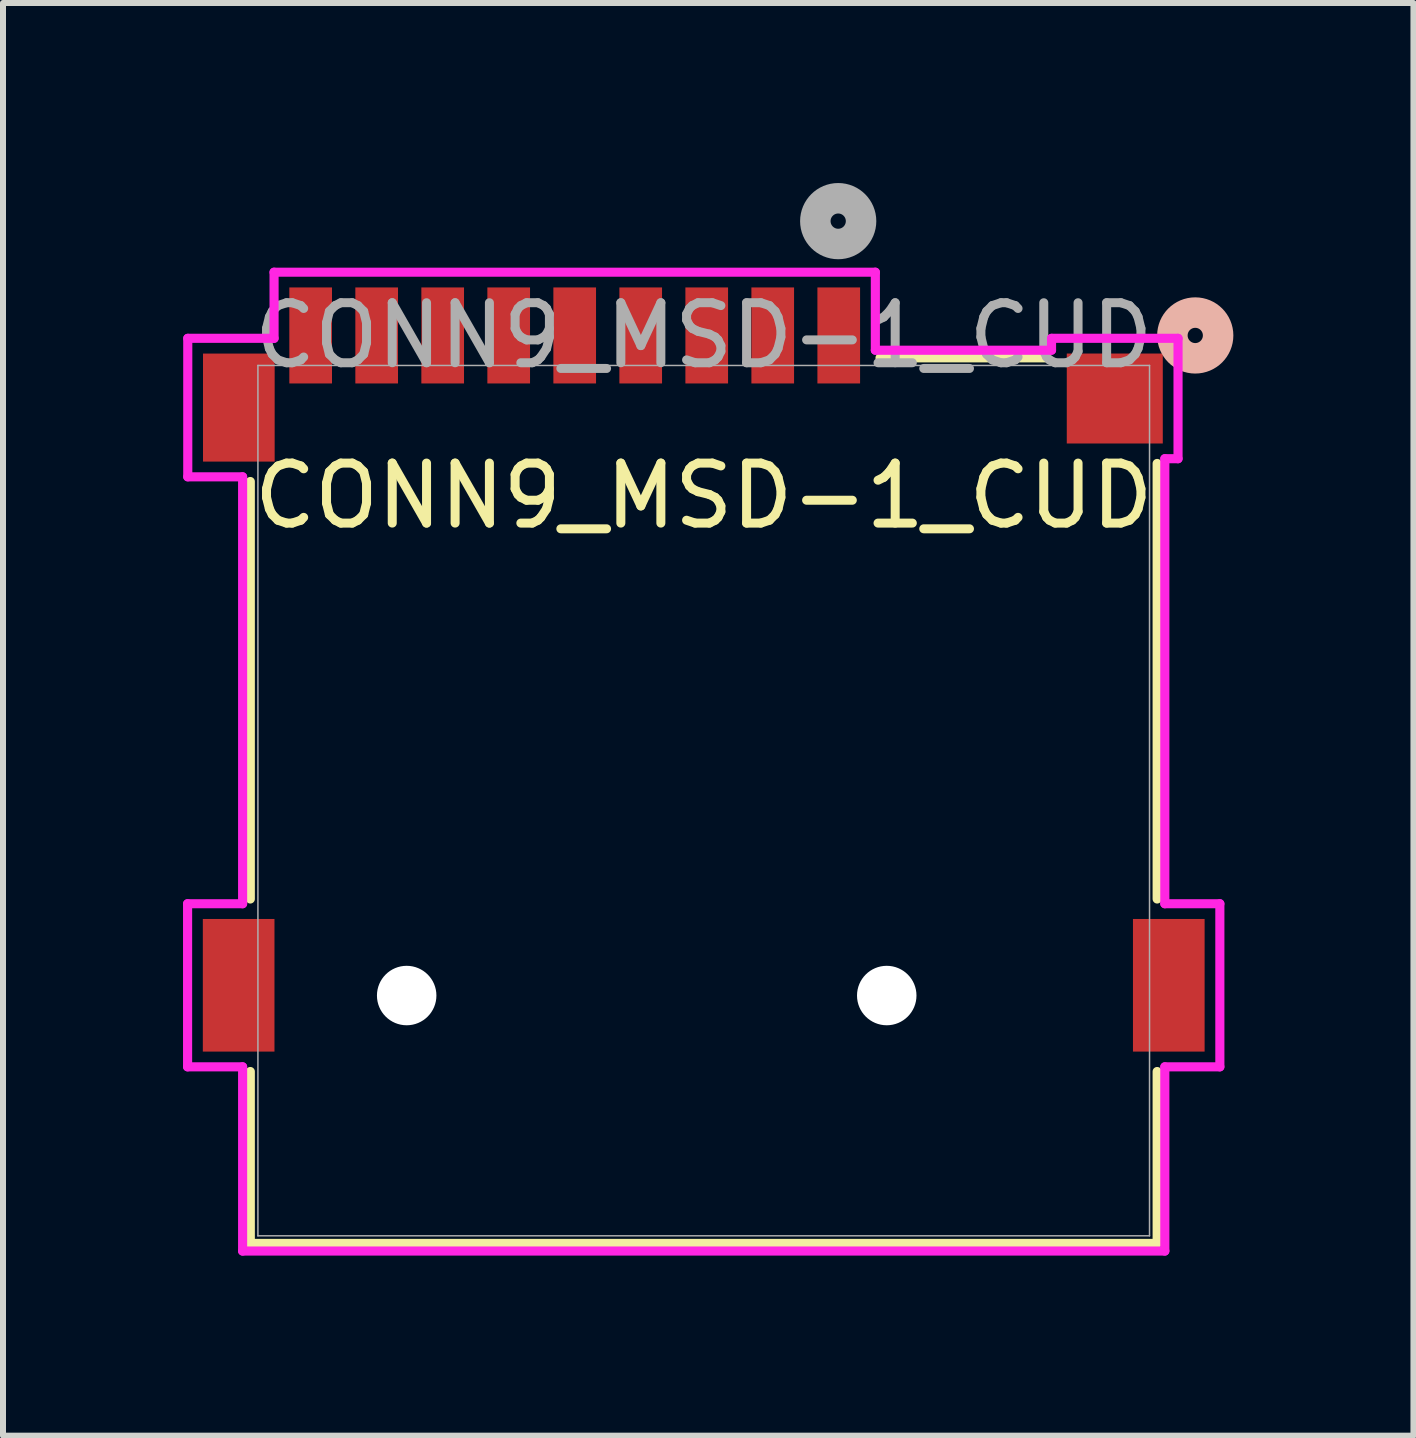
<source format=kicad_pcb>
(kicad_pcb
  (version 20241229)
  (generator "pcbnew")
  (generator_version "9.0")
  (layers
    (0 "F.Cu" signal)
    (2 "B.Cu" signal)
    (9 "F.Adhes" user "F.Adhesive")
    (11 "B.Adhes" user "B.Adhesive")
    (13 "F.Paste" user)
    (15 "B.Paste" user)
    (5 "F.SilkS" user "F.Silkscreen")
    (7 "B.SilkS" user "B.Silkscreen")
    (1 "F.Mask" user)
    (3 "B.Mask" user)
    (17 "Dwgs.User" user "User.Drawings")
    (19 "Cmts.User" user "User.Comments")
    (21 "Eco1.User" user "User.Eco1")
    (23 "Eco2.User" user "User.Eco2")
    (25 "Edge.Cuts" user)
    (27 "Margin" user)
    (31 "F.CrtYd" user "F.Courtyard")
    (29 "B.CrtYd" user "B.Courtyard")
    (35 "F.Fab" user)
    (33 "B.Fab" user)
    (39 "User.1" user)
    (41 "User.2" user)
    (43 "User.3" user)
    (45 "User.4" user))
  (footprint "CONN9_MSD-1_CUD"
    (layer "F.Cu")
    (at 8.677 10.292)
    (property "Reference" "CONN9_MSD-1_CUD" (at 0 -5.08 0) (unlocked yes) (layer "F.SilkS") (effects (font (size 1 1) (thickness 0.15))))
    (attr smd)
    (fp_line (start -7.556 1.639) (end -7.556 -5.318) (stroke (width 0.152) (type solid)) (layer "F.SilkS"))
    (fp_line (start -7.556 7.379) (end -7.556 4.514) (stroke (width 0.152) (type solid)) (layer "F.SilkS"))
    (fp_line (start 2.938 -7.379) (end 5.717 -7.379) (stroke (width 0.152) (type solid)) (layer "F.SilkS"))
    (fp_line (start 7.556 -5.619) (end 7.556 1.639) (stroke (width 0.152) (type solid)) (layer "F.SilkS"))
    (fp_line (start 7.556 4.514) (end 7.556 7.379) (stroke (width 0.152) (type solid)) (layer "F.SilkS"))
    (fp_line (start 7.556 7.379) (end -7.556 7.379) (stroke (width 0.152) (type solid)) (layer "F.SilkS"))
    (fp_circle (center 8.191 -7.752) (end 8.572 -7.752) (stroke (width 0.508) (type solid)) (fill no) (layer "B.SilkS"))
    (fp_line (start -8.601 1.718) (end -8.601 4.436) (stroke (width 0.152) (type solid)) (layer "F.CrtYd"))
    (fp_line (start -8.601 4.436) (end -7.684 4.436) (stroke (width 0.152) (type solid)) (layer "F.CrtYd"))
    (fp_line (start -8.598 -7.704) (end -8.598 -5.396) (stroke (width 0.152) (type solid)) (layer "F.CrtYd"))
    (fp_line (start -8.598 -5.396) (end -7.684 -5.396) (stroke (width 0.152) (type solid)) (layer "F.CrtYd"))
    (fp_line (start -7.684 -5.396) (end -7.684 1.718) (stroke (width 0.152) (type solid)) (layer "F.CrtYd"))
    (fp_line (start -7.684 1.718) (end -8.601 1.718) (stroke (width 0.152) (type solid)) (layer "F.CrtYd"))
    (fp_line (start -7.684 4.436) (end -7.684 7.506) (stroke (width 0.152) (type solid)) (layer "F.CrtYd"))
    (fp_line (start -7.684 7.506) (end 7.684 7.506) (stroke (width 0.152) (type solid)) (layer "F.CrtYd"))
    (fp_line (start -7.16 -8.806) (end -7.16 -7.704) (stroke (width 0.152) (type solid)) (layer "F.CrtYd"))
    (fp_line (start -7.16 -7.704) (end -8.598 -7.704) (stroke (width 0.152) (type solid)) (layer "F.CrtYd"))
    (fp_line (start 2.86 -8.806) (end -7.16 -8.806) (stroke (width 0.152) (type solid)) (layer "F.CrtYd"))
    (fp_line (start 2.86 -7.506) (end 2.86 -8.806) (stroke (width 0.152) (type solid)) (layer "F.CrtYd"))
    (fp_line (start 5.796 -7.704) (end 5.796 -7.506) (stroke (width 0.152) (type solid)) (layer "F.CrtYd"))
    (fp_line (start 5.796 -7.506) (end 2.86 -7.506) (stroke (width 0.152) (type solid)) (layer "F.CrtYd"))
    (fp_line (start 7.684 -5.698) (end 7.904 -5.698) (stroke (width 0.152) (type solid)) (layer "F.CrtYd"))
    (fp_line (start 7.684 1.718) (end 7.684 -5.698) (stroke (width 0.152) (type solid)) (layer "F.CrtYd"))
    (fp_line (start 7.684 4.436) (end 8.601 4.436) (stroke (width 0.152) (type solid)) (layer "F.CrtYd"))
    (fp_line (start 7.684 7.506) (end 7.684 4.436) (stroke (width 0.152) (type solid)) (layer "F.CrtYd"))
    (fp_line (start 7.904 -7.704) (end 5.796 -7.704) (stroke (width 0.152) (type solid)) (layer "F.CrtYd"))
    (fp_line (start 7.904 -5.698) (end 7.904 -7.704) (stroke (width 0.152) (type solid)) (layer "F.CrtYd"))
    (fp_line (start 8.601 1.718) (end 7.684 1.718) (stroke (width 0.152) (type solid)) (layer "F.CrtYd"))
    (fp_line (start 8.601 4.436) (end 8.601 1.718) (stroke (width 0.152) (type solid)) (layer "F.CrtYd"))
    (fp_line (start -7.429 -7.252) (end -7.429 7.252) (stroke (width 0.025) (type solid)) (layer "F.Fab"))
    (fp_line (start -7.429 7.252) (end 7.429 7.252) (stroke (width 0.025) (type solid)) (layer "F.Fab"))
    (fp_line (start 7.429 -7.252) (end -7.429 -7.252) (stroke (width 0.025) (type solid)) (layer "F.Fab"))
    (fp_line (start 7.429 7.252) (end 7.429 -7.252) (stroke (width 0.025) (type solid)) (layer "F.Fab"))
    (fp_circle (center 2.241 -9.657) (end 2.622 -9.657) (stroke (width 0.508) (type solid)) (fill no) (layer "F.Fab"))
    (fp_text user "${REFERENCE}" (at 0 -7.752 0) (unlocked yes) (layer "F.Fab") (effects (font (size 1 1) (thickness 0.15))))
    (pad "" np_thru_hole circle (at -4.95 3.248) (size 0.991 0.991) (drill 0.991) (layers "*.Cu" "*.Mask"))
    (pad "" np_thru_hole circle (at 3.05 3.248) (size 0.991 0.991) (drill 0.991) (layers "*.Cu" "*.Mask"))
    (pad "1" smd rect (at 2.25 -7.752) (size 0.711 1.6) (layers "F.Cu" "F.Mask" "F.Paste"))
    (pad "2" smd rect (at 1.15 -7.752) (size 0.711 1.6) (layers "F.Cu" "F.Mask" "F.Paste"))
    (pad "3" smd rect (at 0.05 -7.752) (size 0.711 1.6) (layers "F.Cu" "F.Mask" "F.Paste"))
    (pad "4" smd rect (at -1.05 -7.752) (size 0.711 1.6) (layers "F.Cu" "F.Mask" "F.Paste"))
    (pad "5" smd rect (at -2.15 -7.752) (size 0.711 1.6) (layers "F.Cu" "F.Mask" "F.Paste"))
    (pad "6" smd rect (at -3.25 -7.752) (size 0.711 1.6) (layers "F.Cu" "F.Mask" "F.Paste"))
    (pad "7" smd rect (at -4.35 -7.752) (size 0.711 1.6) (layers "F.Cu" "F.Mask" "F.Paste"))
    (pad "8" smd rect (at -5.45 -7.752) (size 0.711 1.6) (layers "F.Cu" "F.Mask" "F.Paste"))
    (pad "9" smd rect (at -6.55 -7.752) (size 0.711 1.6) (layers "F.Cu" "F.Mask" "F.Paste"))
    (pad "10" smd rect (at -7.75 3.077) (size 1.194 2.21) (layers "F.Cu" "F.Mask" "F.Paste"))
    (pad "11" smd rect (at 7.75 3.077) (size 1.194 2.21) (layers "F.Cu" "F.Mask" "F.Paste"))
    (pad "12" smd rect (at -7.747 -6.55) (size 1.194 1.8) (layers "F.Cu" "F.Mask" "F.Paste"))
    (pad "13" smd rect (at 6.85 -6.701) (size 1.6 1.499) (layers "F.Cu" "F.Mask" "F.Paste")))
  (gr_rect
    (start -3 -3)
    (end 20.504 20.874)
    (stroke (width 0.1) (type default))
    (fill no)
    (layer "Edge.Cuts")))
</source>
